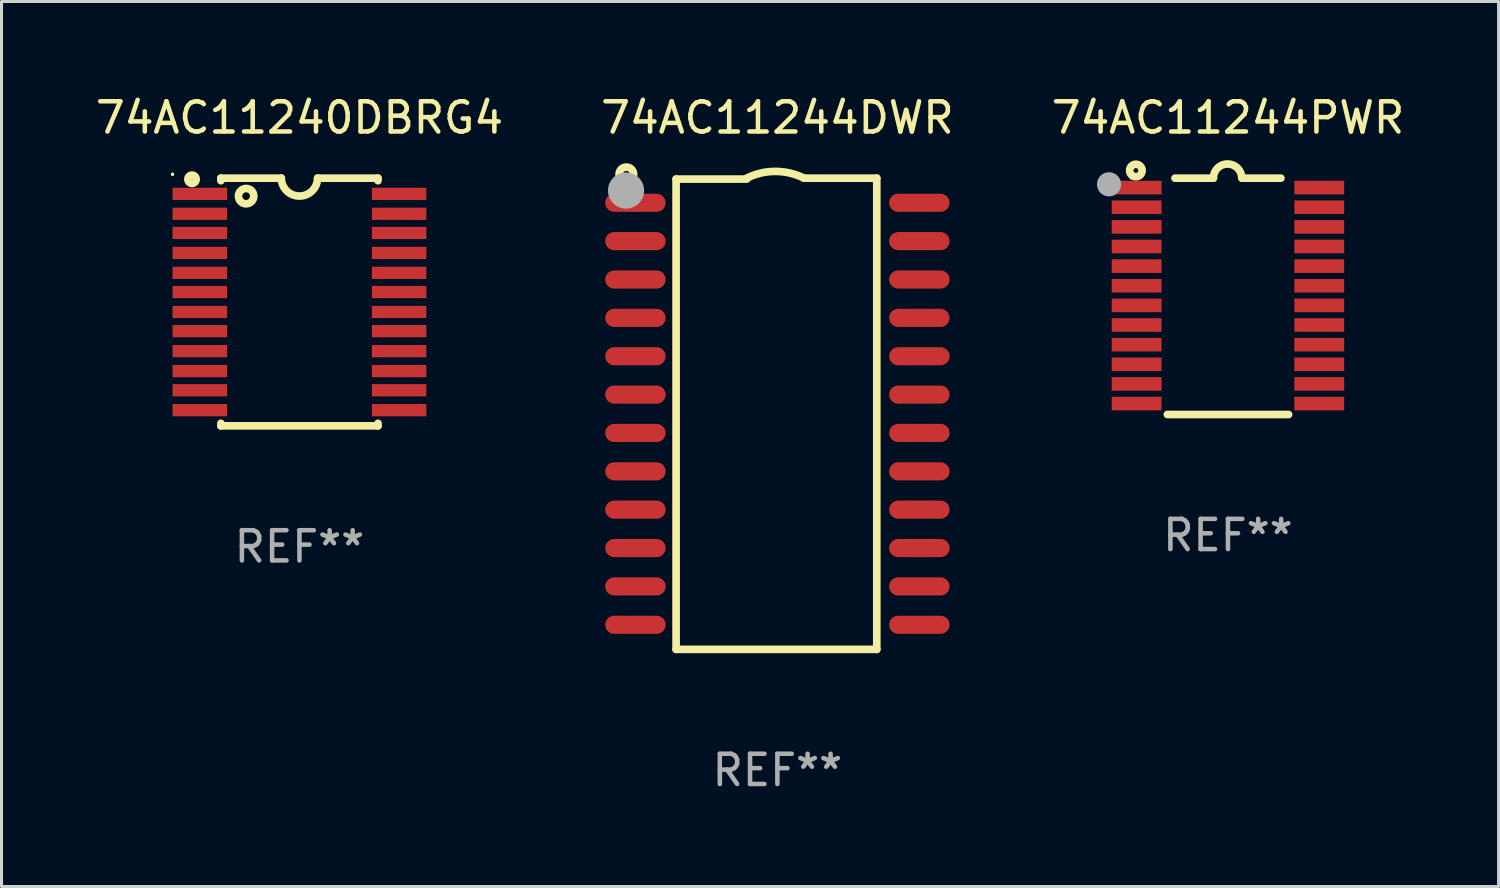
<source format=kicad_pcb>
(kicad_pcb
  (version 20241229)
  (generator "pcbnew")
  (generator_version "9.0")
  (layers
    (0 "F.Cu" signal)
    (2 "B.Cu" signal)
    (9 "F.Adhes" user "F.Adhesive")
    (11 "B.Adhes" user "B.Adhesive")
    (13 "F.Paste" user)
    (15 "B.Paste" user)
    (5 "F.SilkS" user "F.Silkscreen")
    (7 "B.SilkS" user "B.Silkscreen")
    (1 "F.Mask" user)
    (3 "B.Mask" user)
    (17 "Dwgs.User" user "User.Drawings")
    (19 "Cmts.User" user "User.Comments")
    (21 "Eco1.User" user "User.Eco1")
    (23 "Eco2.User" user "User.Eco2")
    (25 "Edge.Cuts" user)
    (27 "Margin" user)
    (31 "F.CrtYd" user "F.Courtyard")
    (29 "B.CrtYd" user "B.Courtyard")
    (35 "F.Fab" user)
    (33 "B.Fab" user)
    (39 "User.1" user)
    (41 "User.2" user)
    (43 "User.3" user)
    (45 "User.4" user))
  (footprint "74AC11244PWR"
    (layer "F.Cu")
    (at 37.601 6.76)
    (property "Reference" "74AC11244PWR" (at 0 -5.912 0) (layer "F.SilkS") (effects (font (size 1 1) (thickness 0.15))))
    (attr through_hole)
    (fp_line (start -1.753 -3.912) (end -0.483 -3.912) (stroke (width 0.254) (type solid)) (layer "F.SilkS"))
    (fp_line (start 0.483 -3.912) (end 1.753 -3.912) (stroke (width 0.254) (type solid)) (layer "F.SilkS"))
    (fp_line (start 2.007 3.912) (end -2.007 3.912) (stroke (width 0.254) (type solid)) (layer "F.SilkS"))
    (fp_arc (start -0.482626 -3.911608) (mid -0.012725 -4.381509) (end 0.457176 -3.911608) (stroke (width 0.254001) (type solid)) (layer "F.SilkS"))
    (fp_circle (center -3.2 -3.925) (end -3.17 -3.925) (stroke (width 0.06) (type solid)) (fill no) (layer "F.SilkS"))
    (fp_circle (center -3.048 -4.166) (end -2.968 -4.166) (stroke (width 0.254) (type solid)) (fill no) (layer "F.SilkS"))
    (fp_circle (center -3.937 -3.708) (end -3.737 -3.708) (stroke (width 0.4) (type solid)) (fill no) (layer "F.Fab"))
    (fp_text user "REF**" (at 0 7.912 0) (layer "F.Fab") (effects (font (size 1 1) (thickness 0.15))))
    (pad "1" smd rect (at -3.023 -3.6) (size 1.65 0.45) (layers "F.Cu" "F.Mask" "F.Paste"))
    (pad "2" smd rect (at -3.023 -2.95) (size 1.65 0.45) (layers "F.Cu" "F.Mask" "F.Paste"))
    (pad "3" smd rect (at -3.023 -2.3) (size 1.65 0.45) (layers "F.Cu" "F.Mask" "F.Paste"))
    (pad "4" smd rect (at -3.023 -1.65) (size 1.65 0.45) (layers "F.Cu" "F.Mask" "F.Paste"))
    (pad "5" smd rect (at -3.023 -1) (size 1.65 0.45) (layers "F.Cu" "F.Mask" "F.Paste"))
    (pad "6" smd rect (at -3.023 -0.35) (size 1.65 0.45) (layers "F.Cu" "F.Mask" "F.Paste"))
    (pad "7" smd rect (at -3.023 0.3) (size 1.65 0.45) (layers "F.Cu" "F.Mask" "F.Paste"))
    (pad "8" smd rect (at -3.023 0.95) (size 1.65 0.45) (layers "F.Cu" "F.Mask" "F.Paste"))
    (pad "9" smd rect (at -3.023 1.6) (size 1.65 0.45) (layers "F.Cu" "F.Mask" "F.Paste"))
    (pad "10" smd rect (at -3.023 2.25) (size 1.65 0.45) (layers "F.Cu" "F.Mask" "F.Paste"))
    (pad "11" smd rect (at -3.023 2.9) (size 1.65 0.45) (layers "F.Cu" "F.Mask" "F.Paste"))
    (pad "12" smd rect (at -3.023 3.55) (size 1.65 0.45) (layers "F.Cu" "F.Mask" "F.Paste"))
    (pad "13" smd rect (at 3.023 3.55) (size 1.65 0.45) (layers "F.Cu" "F.Mask" "F.Paste"))
    (pad "14" smd rect (at 3.023 2.9) (size 1.65 0.45) (layers "F.Cu" "F.Mask" "F.Paste"))
    (pad "15" smd rect (at 3.023 2.25) (size 1.65 0.45) (layers "F.Cu" "F.Mask" "F.Paste"))
    (pad "16" smd rect (at 3.023 1.6) (size 1.65 0.45) (layers "F.Cu" "F.Mask" "F.Paste"))
    (pad "17" smd rect (at 3.023 0.95) (size 1.65 0.45) (layers "F.Cu" "F.Mask" "F.Paste"))
    (pad "18" smd rect (at 3.023 0.3) (size 1.65 0.45) (layers "F.Cu" "F.Mask" "F.Paste"))
    (pad "19" smd rect (at 3.023 -0.35) (size 1.65 0.45) (layers "F.Cu" "F.Mask" "F.Paste"))
    (pad "20" smd rect (at 3.023 -1) (size 1.65 0.45) (layers "F.Cu" "F.Mask" "F.Paste"))
    (pad "21" smd rect (at 3.023 -1.65) (size 1.65 0.45) (layers "F.Cu" "F.Mask" "F.Paste"))
    (pad "22" smd rect (at 3.023 -2.3) (size 1.65 0.45) (layers "F.Cu" "F.Mask" "F.Paste"))
    (pad "23" smd rect (at 3.023 -2.95) (size 1.65 0.45) (layers "F.Cu" "F.Mask" "F.Paste"))
    (pad "24" smd rect (at 3.023 -3.6) (size 1.65 0.45) (layers "F.Cu" "F.Mask" "F.Paste")))
  (footprint "74AC11240DBRG4"
    (layer "F.Cu")
    (at 6.863 6.948)
    (property "Reference" "74AC11240DBRG4" (at 0 -6.1 0) (layer "F.SilkS") (effects (font (size 1 1) (thickness 0.15))))
    (attr through_hole)
    (fp_line (start -2.6 -4.1) (end -2.6 -4.016) (stroke (width 0.254) (type solid)) (layer "F.SilkS"))
    (fp_line (start -2.6 -4.1) (end -0.6 -4.1) (stroke (width 0.254) (type solid)) (layer "F.SilkS"))
    (fp_line (start -2.6 4.016) (end -2.6 4.1) (stroke (width 0.254) (type solid)) (layer "F.SilkS"))
    (fp_line (start -2.6 4.1) (end 2.6 4.1) (stroke (width 0.254) (type solid)) (layer "F.SilkS"))
    (fp_line (start 2.6 -4.1) (end 0.6 -4.1) (stroke (width 0.254) (type solid)) (layer "F.SilkS"))
    (fp_line (start 2.6 -4.1) (end 2.6 -4.016) (stroke (width 0.254) (type solid)) (layer "F.SilkS"))
    (fp_line (start 2.6 4.016) (end 2.6 4.1) (stroke (width 0.254) (type solid)) (layer "F.SilkS"))
    (fp_arc (start 0.6 -4.1) (mid -0.000774 -3.500483) (end -0.600711 -4.100837) (stroke (width 0.254001) (type solid)) (layer "F.SilkS"))
    (fp_circle (center -4.202 -4.228) (end -4.172 -4.228) (stroke (width 0.06) (type solid)) (fill no) (layer "F.SilkS"))
    (fp_circle (center -3.556 -4.064) (end -3.546 -4.064) (stroke (width 0.254) (type solid)) (fill no) (layer "F.SilkS"))
    (fp_circle (center -1.765 -3.505) (end -1.511 -3.505) (stroke (width 0.254) (type solid)) (fill no) (layer "F.SilkS"))
    (fp_text user "REF**" (at 0 8.1 0) (layer "F.Fab") (effects (font (size 1 1) (thickness 0.15))))
    (pad "1" smd rect (at -3.3 -3.581) (size 1.803 0.406) (layers "F.Cu" "F.Mask" "F.Paste"))
    (pad "2" smd rect (at -3.3 -2.921) (size 1.803 0.406) (layers "F.Cu" "F.Mask" "F.Paste"))
    (pad "3" smd rect (at -3.3 -2.286) (size 1.803 0.406) (layers "F.Cu" "F.Mask" "F.Paste"))
    (pad "4" smd rect (at -3.3 -1.626) (size 1.803 0.406) (layers "F.Cu" "F.Mask" "F.Paste"))
    (pad "5" smd rect (at -3.3 -0.965) (size 1.803 0.406) (layers "F.Cu" "F.Mask" "F.Paste"))
    (pad "6" smd rect (at -3.3 -0.33) (size 1.803 0.406) (layers "F.Cu" "F.Mask" "F.Paste"))
    (pad "7" smd rect (at -3.3 0.33) (size 1.803 0.406) (layers "F.Cu" "F.Mask" "F.Paste"))
    (pad "8" smd rect (at -3.3 0.965) (size 1.803 0.406) (layers "F.Cu" "F.Mask" "F.Paste"))
    (pad "9" smd rect (at -3.3 1.626) (size 1.803 0.406) (layers "F.Cu" "F.Mask" "F.Paste"))
    (pad "10" smd rect (at -3.3 2.286) (size 1.803 0.406) (layers "F.Cu" "F.Mask" "F.Paste"))
    (pad "11" smd rect (at -3.3 2.921) (size 1.803 0.406) (layers "F.Cu" "F.Mask" "F.Paste"))
    (pad "12" smd rect (at -3.3 3.581) (size 1.803 0.406) (layers "F.Cu" "F.Mask" "F.Paste"))
    (pad "13" smd rect (at 3.3 3.581) (size 1.803 0.406) (layers "F.Cu" "F.Mask" "F.Paste"))
    (pad "14" smd rect (at 3.3 2.921) (size 1.803 0.406) (layers "F.Cu" "F.Mask" "F.Paste"))
    (pad "15" smd rect (at 3.3 2.286) (size 1.803 0.406) (layers "F.Cu" "F.Mask" "F.Paste"))
    (pad "16" smd rect (at 3.3 1.626) (size 1.803 0.406) (layers "F.Cu" "F.Mask" "F.Paste"))
    (pad "17" smd rect (at 3.3 0.965) (size 1.803 0.406) (layers "F.Cu" "F.Mask" "F.Paste"))
    (pad "18" smd rect (at 3.3 0.33) (size 1.803 0.406) (layers "F.Cu" "F.Mask" "F.Paste"))
    (pad "19" smd rect (at 3.3 -0.33) (size 1.803 0.406) (layers "F.Cu" "F.Mask" "F.Paste"))
    (pad "20" smd rect (at 3.3 -0.965) (size 1.803 0.406) (layers "F.Cu" "F.Mask" "F.Paste"))
    (pad "21" smd rect (at 3.3 -1.626) (size 1.803 0.406) (layers "F.Cu" "F.Mask" "F.Paste"))
    (pad "22" smd rect (at 3.3 -2.286) (size 1.803 0.406) (layers "F.Cu" "F.Mask" "F.Paste"))
    (pad "23" smd rect (at 3.3 -2.921) (size 1.803 0.406) (layers "F.Cu" "F.Mask" "F.Paste"))
    (pad "24" smd rect (at 3.3 -3.581) (size 1.803 0.406) (layers "F.Cu" "F.Mask" "F.Paste")))
  (footprint "74AC11244DWR"
    (layer "F.Cu")
    (at 22.685 10.648)
    (property "Reference" "74AC11244DWR" (at 0 -9.8 0) (layer "F.SilkS") (effects (font (size 1 1) (thickness 0.15))))
    (attr through_hole)
    (fp_line (start -3.353 -7.77) (end -1.016 -7.77) (stroke (width 0.254) (type solid)) (layer "F.SilkS"))
    (fp_line (start -3.353 7.8) (end -3.353 -7.77) (stroke (width 0.254) (type solid)) (layer "F.SilkS"))
    (fp_line (start 0.881 -7.8) (end 3.29 -7.8) (stroke (width 0.254) (type solid)) (layer "F.SilkS"))
    (fp_line (start 3.29 -7.8) (end 3.29 7.8) (stroke (width 0.254) (type solid)) (layer "F.SilkS"))
    (fp_line (start 3.29 7.8) (end -3.353 7.8) (stroke (width 0.254) (type solid)) (layer "F.SilkS"))
    (fp_arc (start -1.015951 -7.800025) (mid -0.067691 -8.023879) (end 0.880569 -7.800025) (stroke (width 0.254001) (type solid)) (layer "F.SilkS"))
    (fp_circle (center -5 -7.927) (end -4.886 -7.927) (stroke (width 0.254) (type solid)) (fill no) (layer "F.SilkS"))
    (fp_circle (center -5.01 -7.39) (end -4.71 -7.39) (stroke (width 0.6) (type solid)) (fill no) (layer "F.Fab"))
    (fp_text user "REF**" (at 0 11.8 0) (layer "F.Fab") (effects (font (size 1 1) (thickness 0.15))))
    (pad "1" smd oval (at -4.7 -6.985 270) (size 0.6 2) (layers "F.Cu" "F.Mask" "F.Paste"))
    (pad "2" smd oval (at -4.7 -5.715 270) (size 0.6 2) (layers "F.Cu" "F.Mask" "F.Paste"))
    (pad "3" smd oval (at -4.7 -4.445 270) (size 0.6 2) (layers "F.Cu" "F.Mask" "F.Paste"))
    (pad "4" smd oval (at -4.7 -3.175 270) (size 0.6 2) (layers "F.Cu" "F.Mask" "F.Paste"))
    (pad "5" smd oval (at -4.7 -1.905 270) (size 0.6 2) (layers "F.Cu" "F.Mask" "F.Paste"))
    (pad "6" smd oval (at -4.7 -0.635 270) (size 0.6 2) (layers "F.Cu" "F.Mask" "F.Paste"))
    (pad "7" smd oval (at -4.7 0.635 270) (size 0.6 2) (layers "F.Cu" "F.Mask" "F.Paste"))
    (pad "8" smd oval (at -4.7 1.905 270) (size 0.6 2) (layers "F.Cu" "F.Mask" "F.Paste"))
    (pad "9" smd oval (at -4.7 3.175 270) (size 0.6 2) (layers "F.Cu" "F.Mask" "F.Paste"))
    (pad "10" smd oval (at -4.7 4.445 270) (size 0.6 2) (layers "F.Cu" "F.Mask" "F.Paste"))
    (pad "11" smd oval (at -4.7 5.715 270) (size 0.6 2) (layers "F.Cu" "F.Mask" "F.Paste"))
    (pad "12" smd oval (at -4.7 6.985 270) (size 0.6 2) (layers "F.Cu" "F.Mask" "F.Paste"))
    (pad "13" smd oval (at 4.7 6.985 270) (size 0.6 2) (layers "F.Cu" "F.Mask" "F.Paste"))
    (pad "14" smd oval (at 4.7 5.715 270) (size 0.6 2) (layers "F.Cu" "F.Mask" "F.Paste"))
    (pad "15" smd oval (at 4.7 4.445 270) (size 0.6 2) (layers "F.Cu" "F.Mask" "F.Paste"))
    (pad "16" smd oval (at 4.7 3.175 270) (size 0.6 2) (layers "F.Cu" "F.Mask" "F.Paste"))
    (pad "17" smd oval (at 4.7 1.905 270) (size 0.6 2) (layers "F.Cu" "F.Mask" "F.Paste"))
    (pad "18" smd oval (at 4.7 0.635 270) (size 0.6 2) (layers "F.Cu" "F.Mask" "F.Paste"))
    (pad "19" smd oval (at 4.7 -0.635 270) (size 0.6 2) (layers "F.Cu" "F.Mask" "F.Paste"))
    (pad "20" smd oval (at 4.7 -1.905 270) (size 0.6 2) (layers "F.Cu" "F.Mask" "F.Paste"))
    (pad "21" smd oval (at 4.7 -3.175 270) (size 0.6 2) (layers "F.Cu" "F.Mask" "F.Paste"))
    (pad "22" smd oval (at 4.7 -4.445 270) (size 0.6 2) (layers "F.Cu" "F.Mask" "F.Paste"))
    (pad "23" smd oval (at 4.7 -5.715 270) (size 0.6 2) (layers "F.Cu" "F.Mask" "F.Paste"))
    (pad "24" smd oval (at 4.7 -6.985 270) (size 0.6 2) (layers "F.Cu" "F.Mask" "F.Paste")))
  (gr_rect
    (start -3 -3)
    (end 46.56 26.297)
    (stroke (width 0.1) (type default))
    (fill no)
    (layer "Edge.Cuts")))
</source>
